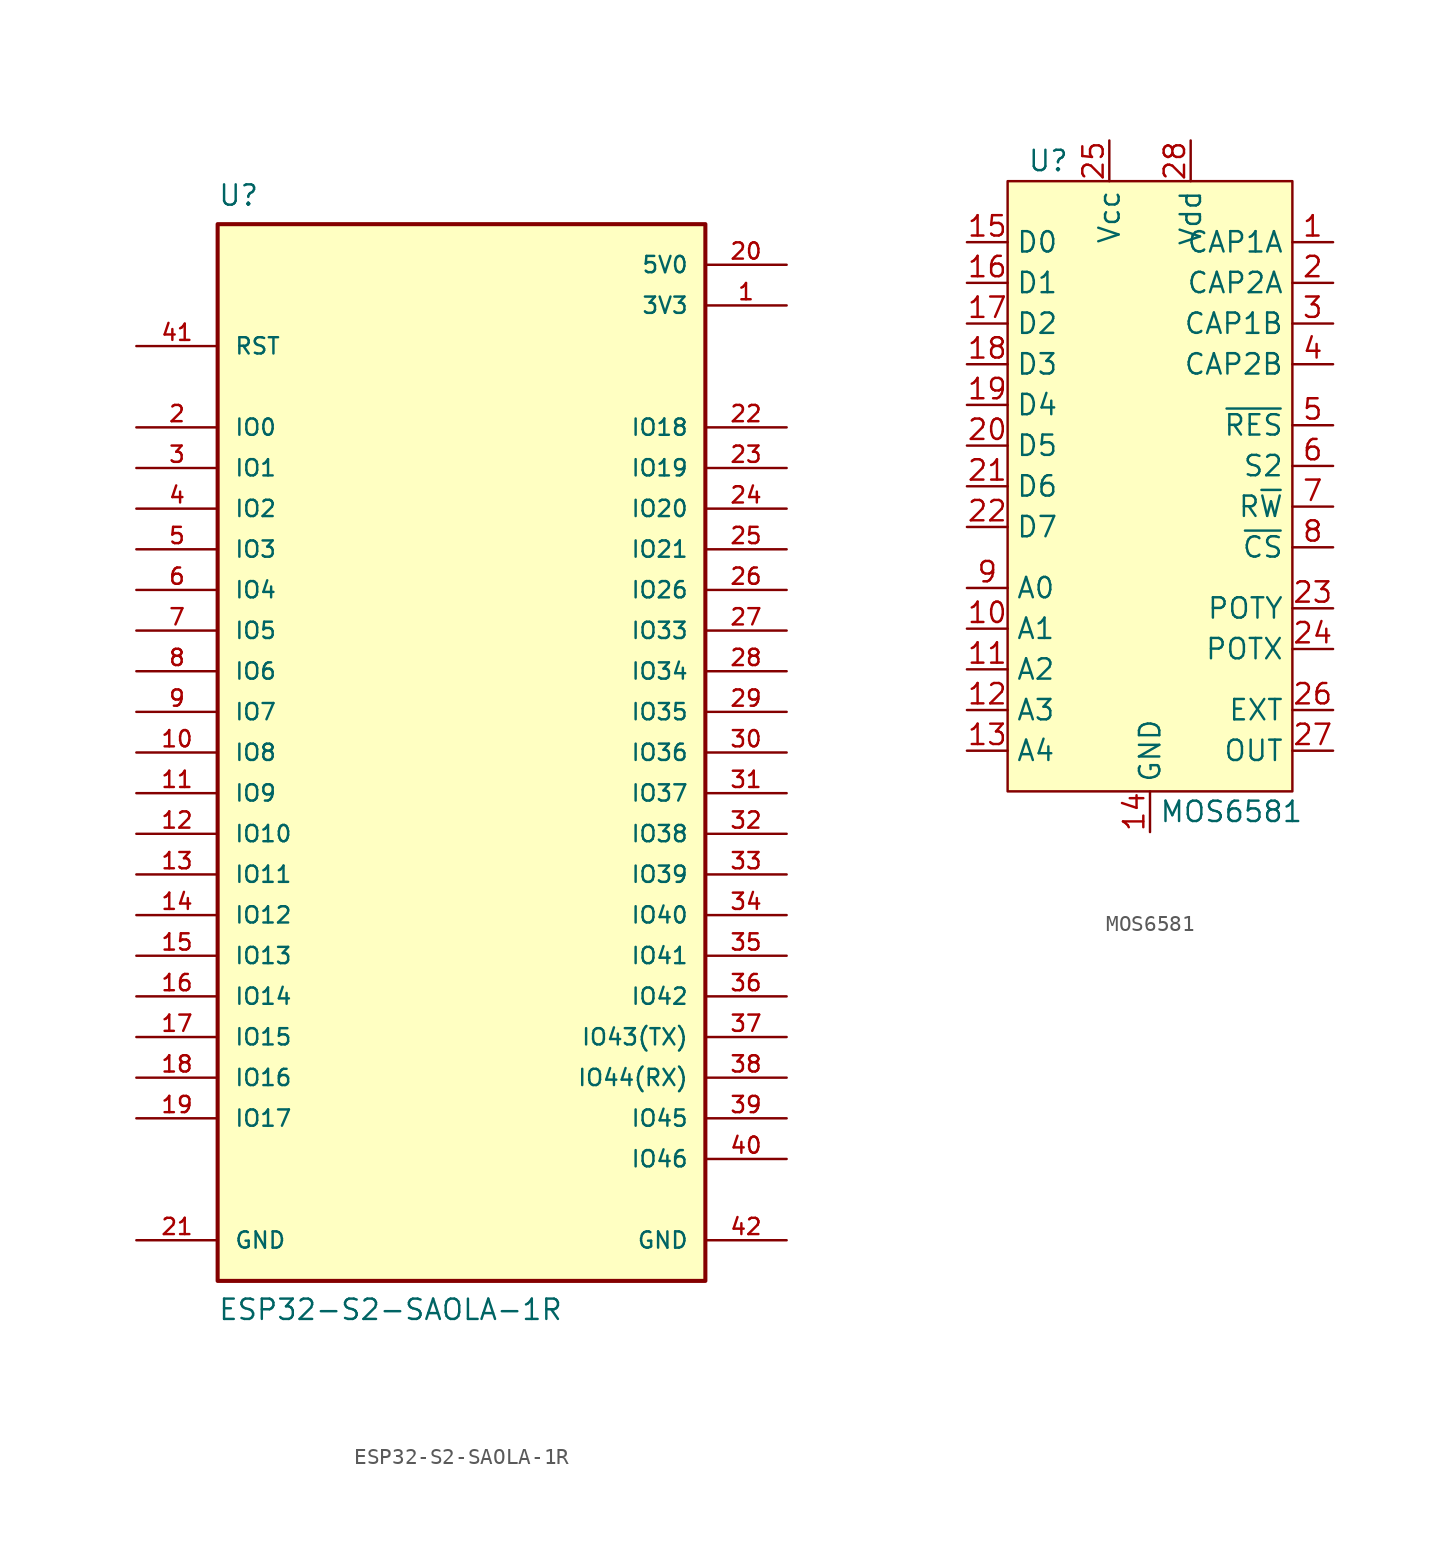
<source format=kicad_sym>
(kicad_symbol_lib
  (version 20220914)
  (generator kicad_symbol_editor)
  (symbol "ESP32-S2-SAOLA-1R"
    (pin_names
      (offset 1.016))
    (property "Reference" "U"
      (at -15.24 35.56 0)
      (effects (font (size 1.27 1.27)) (justify left top)))
    (property "Value" "ESP32-S2-SAOLA-1R"
      (at -15.24 -35.56 0)
      (effects (font (size 1.27 1.27)) (justify left bottom)))
    (symbol "ESP32-S2-SAOLA-1R_0_0"
      (rectangle (start -15.24 -33.02) (end 15.24 33.02) (stroke (width 0.254) (type default)) (fill (type background)))
      (pin bidirectional line (at -20.32 0 0) (length 5.08) (name "IO8" (effects (font (size 1.016 1.016)))) (number "10" (effects (font (size 1.016 1.016)))))
      (pin bidirectional line (at -20.32 -2.54 0) (length 5.08) (name "IO9" (effects (font (size 1.016 1.016)))) (number "11" (effects (font (size 1.016 1.016)))))
      (pin bidirectional line (at -20.32 -5.08 0) (length 5.08) (name "IO10" (effects (font (size 1.016 1.016)))) (number "12" (effects (font (size 1.016 1.016)))))
      (pin bidirectional line (at -20.32 -7.62 0) (length 5.08) (name "IO11" (effects (font (size 1.016 1.016)))) (number "13" (effects (font (size 1.016 1.016)))))
      (pin bidirectional line (at -20.32 -10.16 0) (length 5.08) (name "IO12" (effects (font (size 1.016 1.016)))) (number "14" (effects (font (size 1.016 1.016)))))
      (pin bidirectional line (at -20.32 -12.7 0) (length 5.08) (name "IO13" (effects (font (size 1.016 1.016)))) (number "15" (effects (font (size 1.016 1.016)))))
      (pin bidirectional line (at -20.32 -15.24 0) (length 5.08) (name "IO14" (effects (font (size 1.016 1.016)))) (number "16" (effects (font (size 1.016 1.016)))))
      (pin bidirectional line (at -20.32 -17.78 0) (length 5.08) (name "IO15" (effects (font (size 1.016 1.016)))) (number "17" (effects (font (size 1.016 1.016)))))
      (pin bidirectional line (at -20.32 -20.32 0) (length 5.08) (name "IO16" (effects (font (size 1.016 1.016)))) (number "18" (effects (font (size 1.016 1.016)))))
      (pin bidirectional line (at -20.32 -22.86 0) (length 5.08) (name "IO17" (effects (font (size 1.016 1.016)))) (number "19" (effects (font (size 1.016 1.016)))))
      (pin bidirectional line (at -20.32 20.32 0) (length 5.08) (name "IO0" (effects (font (size 1.016 1.016)))) (number "2" (effects (font (size 1.016 1.016)))))
      (pin power_in line (at 20.32 30.48 180) (length 5.08) (name "5V0" (effects (font (size 1.016 1.016)))) (number "20" (effects (font (size 1.016 1.016)))))
      (pin power_in line (at -20.32 -30.48 0) (length 5.08) (name "GND" (effects (font (size 1.016 1.016)))) (number "21" (effects (font (size 1.016 1.016)))))
      (pin bidirectional line (at 20.32 20.32 180) (length 5.08) (name "IO18" (effects (font (size 1.016 1.016)))) (number "22" (effects (font (size 1.016 1.016)))))
      (pin bidirectional line (at 20.32 17.78 180) (length 5.08) (name "IO19" (effects (font (size 1.016 1.016)))) (number "23" (effects (font (size 1.016 1.016)))))
      (pin bidirectional line (at 20.32 15.24 180) (length 5.08) (name "IO20" (effects (font (size 1.016 1.016)))) (number "24" (effects (font (size 1.016 1.016)))))
      (pin bidirectional line (at 20.32 12.7 180) (length 5.08) (name "IO21" (effects (font (size 1.016 1.016)))) (number "25" (effects (font (size 1.016 1.016)))))
      (pin bidirectional line (at 20.32 10.16 180) (length 5.08) (name "IO26" (effects (font (size 1.016 1.016)))) (number "26" (effects (font (size 1.016 1.016)))))
      (pin bidirectional line (at 20.32 7.62 180) (length 5.08) (name "IO33" (effects (font (size 1.016 1.016)))) (number "27" (effects (font (size 1.016 1.016)))))
      (pin bidirectional line (at 20.32 5.08 180) (length 5.08) (name "IO34" (effects (font (size 1.016 1.016)))) (number "28" (effects (font (size 1.016 1.016)))))
      (pin bidirectional line (at 20.32 2.54 180) (length 5.08) (name "IO35" (effects (font (size 1.016 1.016)))) (number "29" (effects (font (size 1.016 1.016)))))
      (pin bidirectional line (at -20.32 17.78 0) (length 5.08) (name "IO1" (effects (font (size 1.016 1.016)))) (number "3" (effects (font (size 1.016 1.016)))))
      (pin bidirectional line (at 20.32 0 180) (length 5.08) (name "IO36" (effects (font (size 1.016 1.016)))) (number "30" (effects (font (size 1.016 1.016)))))
      (pin bidirectional line (at 20.32 -2.54 180) (length 5.08) (name "IO37" (effects (font (size 1.016 1.016)))) (number "31" (effects (font (size 1.016 1.016)))))
      (pin bidirectional line (at 20.32 -5.08 180) (length 5.08) (name "IO38" (effects (font (size 1.016 1.016)))) (number "32" (effects (font (size 1.016 1.016)))))
      (pin bidirectional line (at 20.32 -7.62 180) (length 5.08) (name "IO39" (effects (font (size 1.016 1.016)))) (number "33" (effects (font (size 1.016 1.016)))))
      (pin bidirectional line (at 20.32 -10.16 180) (length 5.08) (name "IO40" (effects (font (size 1.016 1.016)))) (number "34" (effects (font (size 1.016 1.016)))))
      (pin bidirectional line (at 20.32 -12.7 180) (length 5.08) (name "IO41" (effects (font (size 1.016 1.016)))) (number "35" (effects (font (size 1.016 1.016)))))
      (pin bidirectional line (at 20.32 -15.24 180) (length 5.08) (name "IO42" (effects (font (size 1.016 1.016)))) (number "36" (effects (font (size 1.016 1.016)))))
      (pin bidirectional line (at 20.32 -17.78 180) (length 5.08) (name "IO43(TX)" (effects (font (size 1.016 1.016)))) (number "37" (effects (font (size 1.016 1.016)))))
      (pin bidirectional line (at 20.32 -20.32 180) (length 5.08) (name "IO44(RX)" (effects (font (size 1.016 1.016)))) (number "38" (effects (font (size 1.016 1.016)))))
      (pin bidirectional line (at 20.32 -22.86 180) (length 5.08) (name "IO45" (effects (font (size 1.016 1.016)))) (number "39" (effects (font (size 1.016 1.016)))))
      (pin bidirectional line (at -20.32 15.24 0) (length 5.08) (name "IO2" (effects (font (size 1.016 1.016)))) (number "4" (effects (font (size 1.016 1.016)))))
      (pin input line (at 20.32 -25.4 180) (length 5.08) (name "IO46" (effects (font (size 1.016 1.016)))) (number "40" (effects (font (size 1.016 1.016)))))
      (pin input line (at -20.32 25.4 0) (length 5.08) (name "RST" (effects (font (size 1.016 1.016)))) (number "41" (effects (font (size 1.016 1.016)))))
      (pin power_in line (at 20.32 -30.48 180) (length 5.08) (name "GND" (effects (font (size 1.016 1.016)))) (number "42" (effects (font (size 1.016 1.016)))))
      (pin bidirectional line (at -20.32 12.7 0) (length 5.08) (name "IO3" (effects (font (size 1.016 1.016)))) (number "5" (effects (font (size 1.016 1.016)))))
      (pin bidirectional line (at -20.32 10.16 0) (length 5.08) (name "IO4" (effects (font (size 1.016 1.016)))) (number "6" (effects (font (size 1.016 1.016)))))
      (pin bidirectional line (at -20.32 7.62 0) (length 5.08) (name "IO5" (effects (font (size 1.016 1.016)))) (number "7" (effects (font (size 1.016 1.016)))))
      (pin bidirectional line (at -20.32 5.08 0) (length 5.08) (name "IO6" (effects (font (size 1.016 1.016)))) (number "8" (effects (font (size 1.016 1.016)))))
      (pin bidirectional line (at -20.32 2.54 0) (length 5.08) (name "IO7" (effects (font (size 1.016 1.016)))) (number "9" (effects (font (size 1.016 1.016))))))
    (symbol "ESP32-S2-SAOLA-1R_1_0"
      (pin power_out line (at 20.32 27.94 180) (length 5.08) (name "3V3" (effects (font (size 1.016 1.016)))) (number "1" (effects (font (size 1.016 1.016)))))))
  (symbol "MOS6581"
    (property "Reference" "U"
      (at -6.35 3.81 0)
      (effects (font (size 1.27 1.27))))
    (property "Value" "MOS6581"
      (at 5.08 -36.83 0)
      (effects (font (size 1.27 1.27))))
    (symbol "MOS6581_1_1"
      (rectangle (start -8.89 2.54) (end 8.89 -35.56) (stroke (width 0) (type solid)) (fill (type background)))
      (pin passive line (at 11.43 -1.27 180) (length 2.54) (name "CAP1A" (effects (font (size 1.27 1.27)))) (number "1" (effects (font (size 1.27 1.27)))))
      (pin input line (at -11.43 -25.4 0) (length 2.54) (name "A1" (effects (font (size 1.27 1.27)))) (number "10" (effects (font (size 1.27 1.27)))))
      (pin input line (at -11.43 -27.94 0) (length 2.54) (name "A2" (effects (font (size 1.27 1.27)))) (number "11" (effects (font (size 1.27 1.27)))))
      (pin input line (at -11.43 -30.48 0) (length 2.54) (name "A3" (effects (font (size 1.27 1.27)))) (number "12" (effects (font (size 1.27 1.27)))))
      (pin input line (at -11.43 -33.02 0) (length 2.54) (name "A4" (effects (font (size 1.27 1.27)))) (number "13" (effects (font (size 1.27 1.27)))))
      (pin power_in line (at 0 -38.1 90) (length 2.54) (name "GND" (effects (font (size 1.27 1.27)))) (number "14" (effects (font (size 1.27 1.27)))))
      (pin bidirectional line (at -11.43 -1.27 0) (length 2.54) (name "D0" (effects (font (size 1.27 1.27)))) (number "15" (effects (font (size 1.27 1.27)))))
      (pin bidirectional line (at -11.43 -3.81 0) (length 2.54) (name "D1" (effects (font (size 1.27 1.27)))) (number "16" (effects (font (size 1.27 1.27)))))
      (pin bidirectional line (at -11.43 -6.35 0) (length 2.54) (name "D2" (effects (font (size 1.27 1.27)))) (number "17" (effects (font (size 1.27 1.27)))))
      (pin bidirectional line (at -11.43 -8.89 0) (length 2.54) (name "D3" (effects (font (size 1.27 1.27)))) (number "18" (effects (font (size 1.27 1.27)))))
      (pin bidirectional line (at -11.43 -11.43 0) (length 2.54) (name "D4" (effects (font (size 1.27 1.27)))) (number "19" (effects (font (size 1.27 1.27)))))
      (pin passive line (at 11.43 -3.81 180) (length 2.54) (name "CAP2A" (effects (font (size 1.27 1.27)))) (number "2" (effects (font (size 1.27 1.27)))))
      (pin bidirectional line (at -11.43 -13.97 0) (length 2.54) (name "D5" (effects (font (size 1.27 1.27)))) (number "20" (effects (font (size 1.27 1.27)))))
      (pin bidirectional line (at -11.43 -16.51 0) (length 2.54) (name "D6" (effects (font (size 1.27 1.27)))) (number "21" (effects (font (size 1.27 1.27)))))
      (pin bidirectional line (at -11.43 -19.05 0) (length 2.54) (name "D7" (effects (font (size 1.27 1.27)))) (number "22" (effects (font (size 1.27 1.27)))))
      (pin passive line (at 11.43 -24.13 180) (length 2.54) (name "POTY" (effects (font (size 1.27 1.27)))) (number "23" (effects (font (size 1.27 1.27)))))
      (pin passive line (at 11.43 -26.67 180) (length 2.54) (name "POTX" (effects (font (size 1.27 1.27)))) (number "24" (effects (font (size 1.27 1.27)))))
      (pin power_in line (at -2.54 5.08 270) (length 2.54) (name "Vcc" (effects (font (size 1.27 1.27)))) (number "25" (effects (font (size 1.27 1.27)))))
      (pin input line (at 11.43 -30.48 180) (length 2.54) (name "EXT" (effects (font (size 1.27 1.27)))) (number "26" (effects (font (size 1.27 1.27)))))
      (pin output line (at 11.43 -33.02 180) (length 2.54) (name "OUT" (effects (font (size 1.27 1.27)))) (number "27" (effects (font (size 1.27 1.27)))))
      (pin power_in line (at 2.54 5.08 270) (length 2.54) (name "Vdd" (effects (font (size 1.27 1.27)))) (number "28" (effects (font (size 1.27 1.27)))))
      (pin passive line (at 11.43 -6.35 180) (length 2.54) (name "CAP1B" (effects (font (size 1.27 1.27)))) (number "3" (effects (font (size 1.27 1.27)))))
      (pin passive line (at 11.43 -8.89 180) (length 2.54) (name "CAP2B" (effects (font (size 1.27 1.27)))) (number "4" (effects (font (size 1.27 1.27)))))
      (pin input line (at 11.43 -12.7 180) (length 2.54) (name "~{RES}" (effects (font (size 1.27 1.27)))) (number "5" (effects (font (size 1.27 1.27)))))
      (pin input line (at 11.43 -15.24 180) (length 2.54) (name "S2" (effects (font (size 1.27 1.27)))) (number "6" (effects (font (size 1.27 1.27)))))
      (pin input line (at 11.43 -17.78 180) (length 2.54) (name "R~{W}" (effects (font (size 1.27 1.27)))) (number "7" (effects (font (size 1.27 1.27)))))
      (pin input line (at 11.43 -20.32 180) (length 2.54) (name "~{CS}" (effects (font (size 1.27 1.27)))) (number "8" (effects (font (size 1.27 1.27)))))
      (pin input line (at -11.43 -22.86 0) (length 2.54) (name "A0" (effects (font (size 1.27 1.27)))) (number "9" (effects (font (size 1.27 1.27))))))))
</source>
